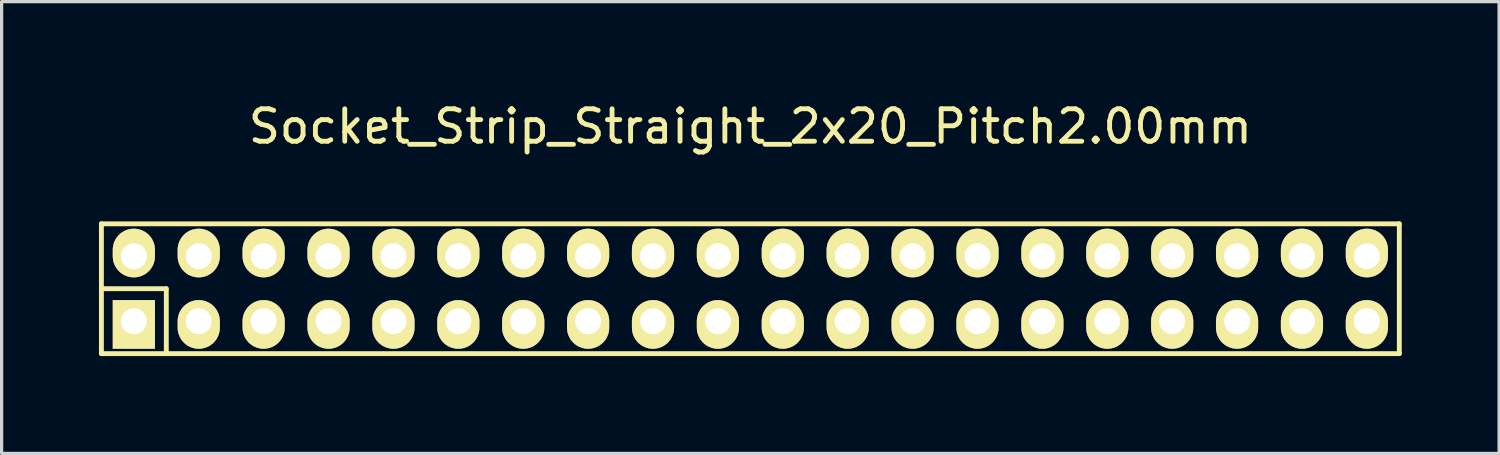
<source format=kicad_pcb>
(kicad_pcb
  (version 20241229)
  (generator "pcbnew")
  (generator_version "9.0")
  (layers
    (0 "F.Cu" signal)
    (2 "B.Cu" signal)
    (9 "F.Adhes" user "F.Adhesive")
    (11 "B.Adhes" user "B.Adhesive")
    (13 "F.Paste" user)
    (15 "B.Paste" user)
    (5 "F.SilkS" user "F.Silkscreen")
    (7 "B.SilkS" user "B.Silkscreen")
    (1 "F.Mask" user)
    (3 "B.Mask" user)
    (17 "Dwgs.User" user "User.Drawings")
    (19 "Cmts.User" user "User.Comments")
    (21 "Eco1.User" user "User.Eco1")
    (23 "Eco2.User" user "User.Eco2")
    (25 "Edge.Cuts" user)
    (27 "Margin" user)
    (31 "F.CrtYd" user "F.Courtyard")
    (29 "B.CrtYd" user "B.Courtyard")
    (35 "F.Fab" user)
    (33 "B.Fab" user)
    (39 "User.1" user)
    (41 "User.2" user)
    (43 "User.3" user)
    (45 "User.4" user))
  (footprint "Socket_Strip_Straight_2x20_Pitch2.00mm"
    (layer "F.Cu")
    (at 20.075 5.848)
    (property "Reference" "Socket_Strip_Straight_2x20_Pitch2.00mm" (at 0 -5 0) (layer "F.SilkS") (effects (font (size 1 1) (thickness 0.15))))
    (attr through_hole)
    (fp_line (start -20 -2) (end 20 -2) (stroke (width 0.15) (type solid)) (layer "F.SilkS"))
    (fp_line (start -20 0) (end -18 0) (stroke (width 0.15) (type solid)) (layer "F.SilkS"))
    (fp_line (start -20 2) (end -20 -2) (stroke (width 0.15) (type solid)) (layer "F.SilkS"))
    (fp_line (start -18 0) (end -18 2) (stroke (width 0.15) (type solid)) (layer "F.SilkS"))
    (fp_line (start 20 -2) (end 20 2) (stroke (width 0.15) (type solid)) (layer "F.SilkS"))
    (fp_line (start 20 2) (end -20 2) (stroke (width 0.15) (type solid)) (layer "F.SilkS"))
    (pad "1" thru_hole rect (at -19 1) (size 1.3 1.5) (drill 0.8 (offset 0 0.1)) (layers "*.Cu" "*.Mask" "F.SilkS"))
    (pad "2" thru_hole oval (at -19 -1) (size 1.3 1.5) (drill 0.8 (offset 0 -0.1)) (layers "*.Cu" "*.Mask" "F.SilkS"))
    (pad "3" thru_hole oval (at -17 1) (size 1.3 1.5) (drill 0.8 (offset 0 0.1)) (layers "*.Cu" "*.Mask" "F.SilkS"))
    (pad "4" thru_hole oval (at -17 -1) (size 1.3 1.5) (drill 0.8 (offset 0 -0.1)) (layers "*.Cu" "*.Mask" "F.SilkS"))
    (pad "5" thru_hole oval (at -15 1) (size 1.3 1.5) (drill 0.8 (offset 0 0.1)) (layers "*.Cu" "*.Mask" "F.SilkS"))
    (pad "6" thru_hole oval (at -15 -1) (size 1.3 1.5) (drill 0.8 (offset 0 -0.1)) (layers "*.Cu" "*.Mask" "F.SilkS"))
    (pad "7" thru_hole oval (at -13 1) (size 1.3 1.5) (drill 0.8 (offset 0 0.1)) (layers "*.Cu" "*.Mask" "F.SilkS"))
    (pad "8" thru_hole oval (at -13 -1) (size 1.3 1.5) (drill 0.8 (offset 0 -0.1)) (layers "*.Cu" "*.Mask" "F.SilkS"))
    (pad "9" thru_hole oval (at -11 1) (size 1.3 1.5) (drill 0.8 (offset 0 0.1)) (layers "*.Cu" "*.Mask" "F.SilkS"))
    (pad "10" thru_hole oval (at -11 -1) (size 1.3 1.5) (drill 0.8 (offset 0 -0.1)) (layers "*.Cu" "*.Mask" "F.SilkS"))
    (pad "11" thru_hole oval (at -9 1) (size 1.3 1.5) (drill 0.8 (offset 0 0.1)) (layers "*.Cu" "*.Mask" "F.SilkS"))
    (pad "12" thru_hole oval (at -9 -1) (size 1.3 1.5) (drill 0.8 (offset 0 -0.1)) (layers "*.Cu" "*.Mask" "F.SilkS"))
    (pad "13" thru_hole oval (at -7 1) (size 1.3 1.5) (drill 0.8 (offset 0 0.1)) (layers "*.Cu" "*.Mask" "F.SilkS"))
    (pad "14" thru_hole oval (at -7 -1) (size 1.3 1.5) (drill 0.8 (offset 0 -0.1)) (layers "*.Cu" "*.Mask" "F.SilkS"))
    (pad "15" thru_hole oval (at -5 1) (size 1.3 1.5) (drill 0.8 (offset 0 0.1)) (layers "*.Cu" "*.Mask" "F.SilkS"))
    (pad "16" thru_hole oval (at -5 -1) (size 1.3 1.5) (drill 0.8 (offset 0 -0.1)) (layers "*.Cu" "*.Mask" "F.SilkS"))
    (pad "17" thru_hole oval (at -3 1) (size 1.3 1.5) (drill 0.8 (offset 0 0.1)) (layers "*.Cu" "*.Mask" "F.SilkS"))
    (pad "18" thru_hole oval (at -3 -1) (size 1.3 1.5) (drill 0.8 (offset 0 -0.1)) (layers "*.Cu" "*.Mask" "F.SilkS"))
    (pad "19" thru_hole oval (at -1 1) (size 1.3 1.5) (drill 0.8 (offset 0 0.1)) (layers "*.Cu" "*.Mask" "F.SilkS"))
    (pad "20" thru_hole oval (at -1 -1) (size 1.3 1.5) (drill 0.8 (offset 0 -0.1)) (layers "*.Cu" "*.Mask" "F.SilkS"))
    (pad "21" thru_hole oval (at 1 1) (size 1.3 1.5) (drill 0.8 (offset 0 0.1)) (layers "*.Cu" "*.Mask" "F.SilkS"))
    (pad "22" thru_hole oval (at 1 -1) (size 1.3 1.5) (drill 0.8 (offset 0 -0.1)) (layers "*.Cu" "*.Mask" "F.SilkS"))
    (pad "23" thru_hole oval (at 3 1) (size 1.3 1.5) (drill 0.8 (offset 0 0.1)) (layers "*.Cu" "*.Mask" "F.SilkS"))
    (pad "24" thru_hole oval (at 3 -1) (size 1.3 1.5) (drill 0.8 (offset 0 -0.1)) (layers "*.Cu" "*.Mask" "F.SilkS"))
    (pad "25" thru_hole oval (at 5 1) (size 1.3 1.5) (drill 0.8 (offset 0 0.1)) (layers "*.Cu" "*.Mask" "F.SilkS"))
    (pad "26" thru_hole oval (at 5 -1) (size 1.3 1.5) (drill 0.8 (offset 0 -0.1)) (layers "*.Cu" "*.Mask" "F.SilkS"))
    (pad "27" thru_hole oval (at 7 1) (size 1.3 1.5) (drill 0.8 (offset 0 0.1)) (layers "*.Cu" "*.Mask" "F.SilkS"))
    (pad "28" thru_hole oval (at 7 -1) (size 1.3 1.5) (drill 0.8 (offset 0 -0.1)) (layers "*.Cu" "*.Mask" "F.SilkS"))
    (pad "29" thru_hole oval (at 9 1) (size 1.3 1.5) (drill 0.8 (offset 0 0.1)) (layers "*.Cu" "*.Mask" "F.SilkS"))
    (pad "30" thru_hole oval (at 9 -1) (size 1.3 1.5) (drill 0.8 (offset 0 -0.1)) (layers "*.Cu" "*.Mask" "F.SilkS"))
    (pad "31" thru_hole oval (at 11 1) (size 1.3 1.5) (drill 0.8 (offset 0 0.1)) (layers "*.Cu" "*.Mask" "F.SilkS"))
    (pad "32" thru_hole oval (at 11 -1) (size 1.3 1.5) (drill 0.8 (offset 0 -0.1)) (layers "*.Cu" "*.Mask" "F.SilkS"))
    (pad "33" thru_hole oval (at 13 1) (size 1.3 1.5) (drill 0.8 (offset 0 0.1)) (layers "*.Cu" "*.Mask" "F.SilkS"))
    (pad "34" thru_hole oval (at 13 -1) (size 1.3 1.5) (drill 0.8 (offset 0 -0.1)) (layers "*.Cu" "*.Mask" "F.SilkS"))
    (pad "35" thru_hole oval (at 15 1) (size 1.3 1.5) (drill 0.8 (offset 0 0.1)) (layers "*.Cu" "*.Mask" "F.SilkS"))
    (pad "36" thru_hole oval (at 15 -1) (size 1.3 1.5) (drill 0.8 (offset 0 -0.1)) (layers "*.Cu" "*.Mask" "F.SilkS"))
    (pad "37" thru_hole oval (at 17 1) (size 1.3 1.5) (drill 0.8 (offset 0 0.1)) (layers "*.Cu" "*.Mask" "F.SilkS"))
    (pad "38" thru_hole oval (at 17 -1) (size 1.3 1.5) (drill 0.8 (offset 0 -0.1)) (layers "*.Cu" "*.Mask" "F.SilkS"))
    (pad "39" thru_hole oval (at 19 1) (size 1.3 1.5) (drill 0.8 (offset 0 0.1)) (layers "*.Cu" "*.Mask" "F.SilkS"))
    (pad "40" thru_hole oval (at 19 -1) (size 1.3 1.5) (drill 0.8 (offset 0 -0.1)) (layers "*.Cu" "*.Mask" "F.SilkS")))
  (gr_rect
    (start -3 -3)
    (end 43.15 10.923)
    (stroke (width 0.1) (type default))
    (fill no)
    (layer "Edge.Cuts")))
</source>
